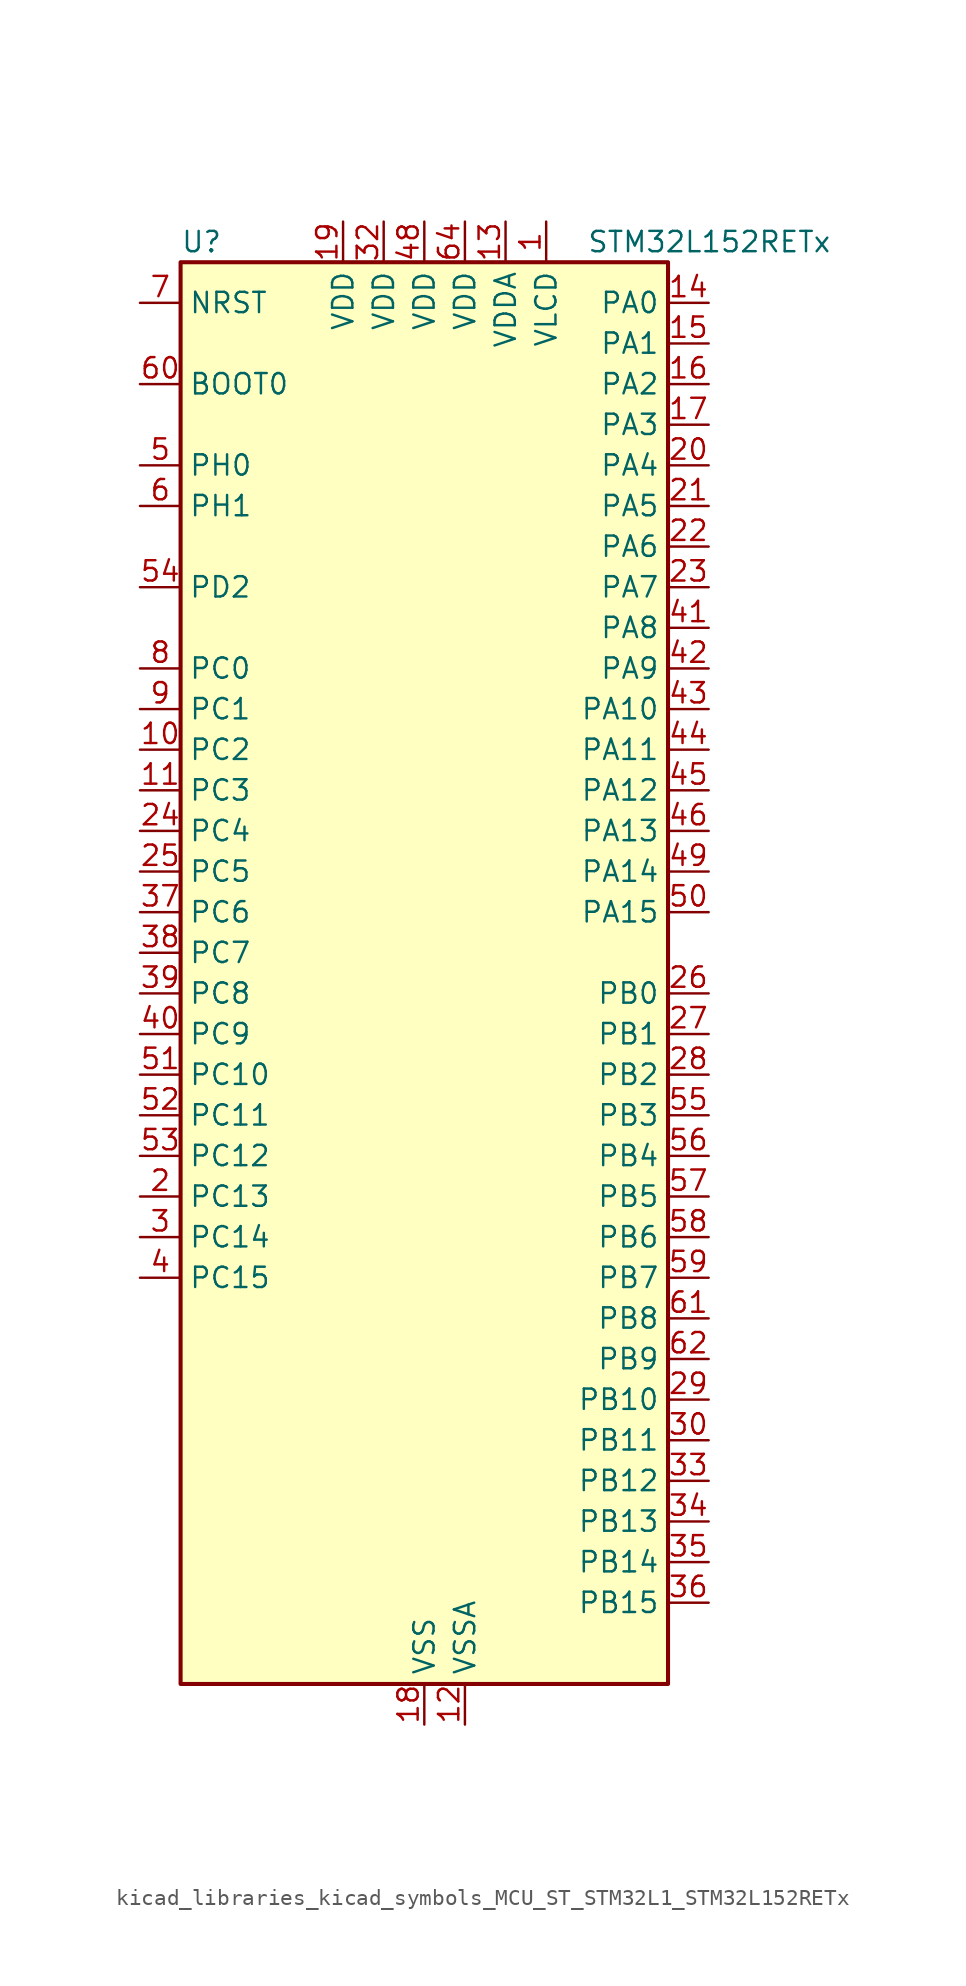
<source format=kicad_sym>
(kicad_symbol_lib
  (version 20220914)
  (generator kicad_symbol_editor)
  (symbol "kicad_libraries_kicad_symbols_MCU_ST_STM32L1_STM32L152RETx"
    (property "Reference" "U"
      (at -15.24 46.99 0)
      (effects (font (size 1.27 1.27)) (justify left)))
    (property "Value" "STM32L152RETx"
      (at 10.16 46.99 0)
      (effects (font (size 1.27 1.27)) (justify left)))
    (property "ki_locked" ""
      (at 0 0 0)
      (effects (font (size 1.27 1.27))))
    (symbol "kicad_libraries_kicad_symbols_MCU_ST_STM32L1_STM32L152RETx_0_1"
      (rectangle (start -15.24 -43.18) (end 15.24 45.72) (stroke (width 0.254) (type default)) (fill (type background))))
    (symbol "kicad_libraries_kicad_symbols_MCU_ST_STM32L1_STM32L152RETx_1_1"
      (pin power_in line (at 7.62 48.26 270) (length 2.54) (name "VLCD" (effects (font (size 1.27 1.27)))) (number "1" (effects (font (size 1.27 1.27)))))
      (pin bidirectional line (at -17.78 15.24 0) (length 2.54) (name "PC2" (effects (font (size 1.27 1.27)))) (number "10" (effects (font (size 1.27 1.27)))) (alternate "ADC_IN12" bidirectional line) (alternate "COMP1_INP" bidirectional line) (alternate "LCD_SEG20" bidirectional line) (alternate "TIMX_IC3" bidirectional line) (alternate "TS_G8_IO3" bidirectional line))
      (pin bidirectional line (at -17.78 12.7 0) (length 2.54) (name "PC3" (effects (font (size 1.27 1.27)))) (number "11" (effects (font (size 1.27 1.27)))) (alternate "ADC_IN13" bidirectional line) (alternate "COMP1_INP" bidirectional line) (alternate "LCD_SEG21" bidirectional line) (alternate "TIMX_IC4" bidirectional line) (alternate "TS_G8_IO4" bidirectional line))
      (pin power_in line (at 2.54 -45.72 90) (length 2.54) (name "VSSA" (effects (font (size 1.27 1.27)))) (number "12" (effects (font (size 1.27 1.27)))))
      (pin power_in line (at 5.08 48.26 270) (length 2.54) (name "VDDA" (effects (font (size 1.27 1.27)))) (number "13" (effects (font (size 1.27 1.27)))))
      (pin bidirectional line (at 17.78 43.18 180) (length 2.54) (name "PA0" (effects (font (size 1.27 1.27)))) (number "14" (effects (font (size 1.27 1.27)))) (alternate "ADC_IN0" bidirectional line) (alternate "COMP1_INP" bidirectional line) (alternate "RTC_TAMP2" bidirectional line) (alternate "SYS_WKUP1" bidirectional line) (alternate "TIM2_CH1" bidirectional line) (alternate "TIM2_ETR" bidirectional line) (alternate "TIM5_CH1" bidirectional line) (alternate "TIMX_IC1" bidirectional line) (alternate "TS_G1_IO1" bidirectional line) (alternate "USART2_CTS" bidirectional line))
      (pin bidirectional line (at 17.78 40.64 180) (length 2.54) (name "PA1" (effects (font (size 1.27 1.27)))) (number "15" (effects (font (size 1.27 1.27)))) (alternate "ADC_IN1" bidirectional line) (alternate "COMP1_INP" bidirectional line) (alternate "LCD_SEG0" bidirectional line) (alternate "OPAMP1_VINP" bidirectional line) (alternate "TIM2_CH2" bidirectional line) (alternate "TIM5_CH2" bidirectional line) (alternate "TIMX_IC2" bidirectional line) (alternate "TS_G1_IO2" bidirectional line) (alternate "USART2_RTS" bidirectional line))
      (pin bidirectional line (at 17.78 38.1 180) (length 2.54) (name "PA2" (effects (font (size 1.27 1.27)))) (number "16" (effects (font (size 1.27 1.27)))) (alternate "ADC_IN2" bidirectional line) (alternate "COMP1_INP" bidirectional line) (alternate "LCD_SEG1" bidirectional line) (alternate "OPAMP1_VINM" bidirectional line) (alternate "TIM2_CH3" bidirectional line) (alternate "TIM5_CH3" bidirectional line) (alternate "TIM9_CH1" bidirectional line) (alternate "TIMX_IC3" bidirectional line) (alternate "TS_G1_IO3" bidirectional line) (alternate "USART2_TX" bidirectional line))
      (pin bidirectional line (at 17.78 35.56 180) (length 2.54) (name "PA3" (effects (font (size 1.27 1.27)))) (number "17" (effects (font (size 1.27 1.27)))) (alternate "ADC_IN3" bidirectional line) (alternate "COMP1_INP" bidirectional line) (alternate "LCD_SEG2" bidirectional line) (alternate "OPAMP1_VOUT" bidirectional line) (alternate "TIM2_CH4" bidirectional line) (alternate "TIM5_CH4" bidirectional line) (alternate "TIM9_CH2" bidirectional line) (alternate "TIMX_IC4" bidirectional line) (alternate "TS_G1_IO4" bidirectional line) (alternate "USART2_RX" bidirectional line))
      (pin power_in line (at 0 -45.72 90) (length 2.54) (name "VSS" (effects (font (size 1.27 1.27)))) (number "18" (effects (font (size 1.27 1.27)))))
      (pin power_in line (at -5.08 48.26 270) (length 2.54) (name "VDD" (effects (font (size 1.27 1.27)))) (number "19" (effects (font (size 1.27 1.27)))))
      (pin bidirectional line (at -17.78 -12.7 0) (length 2.54) (name "PC13" (effects (font (size 1.27 1.27)))) (number "2" (effects (font (size 1.27 1.27)))) (alternate "RTC_OUT_ALARM" bidirectional line) (alternate "RTC_OUT_CALIB" bidirectional line) (alternate "RTC_TAMP1" bidirectional line) (alternate "RTC_TS" bidirectional line) (alternate "SYS_WKUP2" bidirectional line) (alternate "TIMX_IC2" bidirectional line))
      (pin bidirectional line (at 17.78 33.02 180) (length 2.54) (name "PA4" (effects (font (size 1.27 1.27)))) (number "20" (effects (font (size 1.27 1.27)))) (alternate "ADC_IN4" bidirectional line) (alternate "COMP1_INP" bidirectional line) (alternate "DAC_OUT1" bidirectional line) (alternate "I2S3_WS" bidirectional line) (alternate "SPI1_NSS" bidirectional line) (alternate "SPI3_NSS" bidirectional line) (alternate "TIMX_IC1" bidirectional line) (alternate "USART2_CK" bidirectional line))
      (pin bidirectional line (at 17.78 30.48 180) (length 2.54) (name "PA5" (effects (font (size 1.27 1.27)))) (number "21" (effects (font (size 1.27 1.27)))) (alternate "ADC_IN5" bidirectional line) (alternate "COMP1_INP" bidirectional line) (alternate "DAC_OUT2" bidirectional line) (alternate "SPI1_SCK" bidirectional line) (alternate "TIM2_CH1" bidirectional line) (alternate "TIM2_ETR" bidirectional line) (alternate "TIMX_IC2" bidirectional line))
      (pin bidirectional line (at 17.78 27.94 180) (length 2.54) (name "PA6" (effects (font (size 1.27 1.27)))) (number "22" (effects (font (size 1.27 1.27)))) (alternate "ADC_IN6" bidirectional line) (alternate "COMP1_INP" bidirectional line) (alternate "LCD_SEG3" bidirectional line) (alternate "OPAMP2_VINP" bidirectional line) (alternate "SPI1_MISO" bidirectional line) (alternate "TIM10_CH1" bidirectional line) (alternate "TIM3_CH1" bidirectional line) (alternate "TIMX_IC3" bidirectional line) (alternate "TS_G2_IO1" bidirectional line))
      (pin bidirectional line (at 17.78 25.4 180) (length 2.54) (name "PA7" (effects (font (size 1.27 1.27)))) (number "23" (effects (font (size 1.27 1.27)))) (alternate "ADC_IN7" bidirectional line) (alternate "COMP1_INP" bidirectional line) (alternate "LCD_SEG4" bidirectional line) (alternate "OPAMP2_VINM" bidirectional line) (alternate "SPI1_MOSI" bidirectional line) (alternate "TIM11_CH1" bidirectional line) (alternate "TIM3_CH2" bidirectional line) (alternate "TIMX_IC4" bidirectional line) (alternate "TS_G2_IO2" bidirectional line))
      (pin bidirectional line (at -17.78 10.16 0) (length 2.54) (name "PC4" (effects (font (size 1.27 1.27)))) (number "24" (effects (font (size 1.27 1.27)))) (alternate "ADC_IN14" bidirectional line) (alternate "COMP1_INP" bidirectional line) (alternate "LCD_SEG22" bidirectional line) (alternate "TIMX_IC1" bidirectional line) (alternate "TS_G9_IO1" bidirectional line))
      (pin bidirectional line (at -17.78 7.62 0) (length 2.54) (name "PC5" (effects (font (size 1.27 1.27)))) (number "25" (effects (font (size 1.27 1.27)))) (alternate "ADC_IN15" bidirectional line) (alternate "COMP1_INP" bidirectional line) (alternate "LCD_SEG23" bidirectional line) (alternate "TIMX_IC2" bidirectional line) (alternate "TS_G9_IO2" bidirectional line))
      (pin bidirectional line (at 17.78 0 180) (length 2.54) (name "PB0" (effects (font (size 1.27 1.27)))) (number "26" (effects (font (size 1.27 1.27)))) (alternate "ADC_IN8" bidirectional line) (alternate "COMP1_INP" bidirectional line) (alternate "LCD_SEG5" bidirectional line) (alternate "OPAMP2_VOUT" bidirectional line) (alternate "SYS_V_REF_OUT" bidirectional line) (alternate "TIM3_CH3" bidirectional line) (alternate "TS_G3_IO1" bidirectional line))
      (pin bidirectional line (at 17.78 -2.54 180) (length 2.54) (name "PB1" (effects (font (size 1.27 1.27)))) (number "27" (effects (font (size 1.27 1.27)))) (alternate "ADC_IN9" bidirectional line) (alternate "COMP1_INP" bidirectional line) (alternate "LCD_SEG6" bidirectional line) (alternate "SYS_V_REF_OUT" bidirectional line) (alternate "TIM3_CH4" bidirectional line) (alternate "TS_G3_IO2" bidirectional line))
      (pin bidirectional line (at 17.78 -5.08 180) (length 2.54) (name "PB2" (effects (font (size 1.27 1.27)))) (number "28" (effects (font (size 1.27 1.27)))) (alternate "ADC_IN0b" bidirectional line) (alternate "TS_G3_IO3" bidirectional line))
      (pin bidirectional line (at 17.78 -25.4 180) (length 2.54) (name "PB10" (effects (font (size 1.27 1.27)))) (number "29" (effects (font (size 1.27 1.27)))) (alternate "I2C2_SCL" bidirectional line) (alternate "LCD_SEG10" bidirectional line) (alternate "TIM2_CH3" bidirectional line) (alternate "USART3_TX" bidirectional line))
      (pin bidirectional line (at -17.78 -15.24 0) (length 2.54) (name "PC14" (effects (font (size 1.27 1.27)))) (number "3" (effects (font (size 1.27 1.27)))) (alternate "RCC_OSC32_IN" bidirectional line) (alternate "TIMX_IC3" bidirectional line))
      (pin bidirectional line (at 17.78 -27.94 180) (length 2.54) (name "PB11" (effects (font (size 1.27 1.27)))) (number "30" (effects (font (size 1.27 1.27)))) (alternate "ADC_EXTI11" bidirectional line) (alternate "I2C2_SDA" bidirectional line) (alternate "LCD_SEG11" bidirectional line) (alternate "TIM2_CH4" bidirectional line) (alternate "USART3_RX" bidirectional line))
      (pin passive line (at 0 -45.72 90) (length 2.54) hide (name "VSS" (effects (font (size 1.27 1.27)))) (number "31" (effects (font (size 1.27 1.27)))))
      (pin power_in line (at -2.54 48.26 270) (length 2.54) (name "VDD" (effects (font (size 1.27 1.27)))) (number "32" (effects (font (size 1.27 1.27)))))
      (pin bidirectional line (at 17.78 -30.48 180) (length 2.54) (name "PB12" (effects (font (size 1.27 1.27)))) (number "33" (effects (font (size 1.27 1.27)))) (alternate "ADC_IN18" bidirectional line) (alternate "COMP1_INP" bidirectional line) (alternate "I2C2_SMBA" bidirectional line) (alternate "I2S2_WS" bidirectional line) (alternate "LCD_SEG12" bidirectional line) (alternate "SPI2_NSS" bidirectional line) (alternate "TIM10_CH1" bidirectional line) (alternate "TS_G7_IO1" bidirectional line) (alternate "USART3_CK" bidirectional line))
      (pin bidirectional line (at 17.78 -33.02 180) (length 2.54) (name "PB13" (effects (font (size 1.27 1.27)))) (number "34" (effects (font (size 1.27 1.27)))) (alternate "ADC_IN19" bidirectional line) (alternate "COMP1_INP" bidirectional line) (alternate "I2S2_CK" bidirectional line) (alternate "LCD_SEG13" bidirectional line) (alternate "SPI2_SCK" bidirectional line) (alternate "TIM9_CH1" bidirectional line) (alternate "TS_G7_IO2" bidirectional line) (alternate "USART3_CTS" bidirectional line))
      (pin bidirectional line (at 17.78 -35.56 180) (length 2.54) (name "PB14" (effects (font (size 1.27 1.27)))) (number "35" (effects (font (size 1.27 1.27)))) (alternate "ADC_IN20" bidirectional line) (alternate "COMP1_INP" bidirectional line) (alternate "LCD_SEG14" bidirectional line) (alternate "SPI2_MISO" bidirectional line) (alternate "TIM9_CH2" bidirectional line) (alternate "TS_G7_IO3" bidirectional line) (alternate "USART3_RTS" bidirectional line))
      (pin bidirectional line (at 17.78 -38.1 180) (length 2.54) (name "PB15" (effects (font (size 1.27 1.27)))) (number "36" (effects (font (size 1.27 1.27)))) (alternate "ADC_EXTI15" bidirectional line) (alternate "ADC_IN21" bidirectional line) (alternate "COMP1_INP" bidirectional line) (alternate "I2S2_SD" bidirectional line) (alternate "LCD_SEG15" bidirectional line) (alternate "RTC_REFIN" bidirectional line) (alternate "SPI2_MOSI" bidirectional line) (alternate "TIM11_CH1" bidirectional line) (alternate "TS_G7_IO4" bidirectional line))
      (pin bidirectional line (at -17.78 5.08 0) (length 2.54) (name "PC6" (effects (font (size 1.27 1.27)))) (number "37" (effects (font (size 1.27 1.27)))) (alternate "I2S2_MCK" bidirectional line) (alternate "LCD_SEG24" bidirectional line) (alternate "TIM3_CH1" bidirectional line) (alternate "TIMX_IC3" bidirectional line) (alternate "TS_G10_IO1" bidirectional line))
      (pin bidirectional line (at -17.78 2.54 0) (length 2.54) (name "PC7" (effects (font (size 1.27 1.27)))) (number "38" (effects (font (size 1.27 1.27)))) (alternate "I2S3_MCK" bidirectional line) (alternate "LCD_SEG25" bidirectional line) (alternate "TIM3_CH2" bidirectional line) (alternate "TIMX_IC4" bidirectional line) (alternate "TS_G10_IO2" bidirectional line))
      (pin bidirectional line (at -17.78 0 0) (length 2.54) (name "PC8" (effects (font (size 1.27 1.27)))) (number "39" (effects (font (size 1.27 1.27)))) (alternate "LCD_SEG26" bidirectional line) (alternate "TIM3_CH3" bidirectional line) (alternate "TIMX_IC1" bidirectional line) (alternate "TS_G10_IO3" bidirectional line))
      (pin bidirectional line (at -17.78 -17.78 0) (length 2.54) (name "PC15" (effects (font (size 1.27 1.27)))) (number "4" (effects (font (size 1.27 1.27)))) (alternate "ADC_EXTI15" bidirectional line) (alternate "RCC_OSC32_OUT" bidirectional line) (alternate "TIMX_IC4" bidirectional line))
      (pin bidirectional line (at -17.78 -2.54 0) (length 2.54) (name "PC9" (effects (font (size 1.27 1.27)))) (number "40" (effects (font (size 1.27 1.27)))) (alternate "DAC_EXTI9" bidirectional line) (alternate "LCD_SEG27" bidirectional line) (alternate "TIM3_CH4" bidirectional line) (alternate "TIMX_IC2" bidirectional line) (alternate "TS_G10_IO4" bidirectional line))
      (pin bidirectional line (at 17.78 22.86 180) (length 2.54) (name "PA8" (effects (font (size 1.27 1.27)))) (number "41" (effects (font (size 1.27 1.27)))) (alternate "LCD_COM0" bidirectional line) (alternate "RCC_MCO" bidirectional line) (alternate "TIMX_IC1" bidirectional line) (alternate "TS_G4_IO1" bidirectional line) (alternate "USART1_CK" bidirectional line))
      (pin bidirectional line (at 17.78 20.32 180) (length 2.54) (name "PA9" (effects (font (size 1.27 1.27)))) (number "42" (effects (font (size 1.27 1.27)))) (alternate "DAC_EXTI9" bidirectional line) (alternate "LCD_COM1" bidirectional line) (alternate "TIMX_IC2" bidirectional line) (alternate "TS_G4_IO2" bidirectional line) (alternate "USART1_TX" bidirectional line))
      (pin bidirectional line (at 17.78 17.78 180) (length 2.54) (name "PA10" (effects (font (size 1.27 1.27)))) (number "43" (effects (font (size 1.27 1.27)))) (alternate "LCD_COM2" bidirectional line) (alternate "TIMX_IC3" bidirectional line) (alternate "TS_G4_IO3" bidirectional line) (alternate "USART1_RX" bidirectional line))
      (pin bidirectional line (at 17.78 15.24 180) (length 2.54) (name "PA11" (effects (font (size 1.27 1.27)))) (number "44" (effects (font (size 1.27 1.27)))) (alternate "ADC_EXTI11" bidirectional line) (alternate "SPI1_MISO" bidirectional line) (alternate "TIMX_IC4" bidirectional line) (alternate "USART1_CTS" bidirectional line) (alternate "USB_DM" bidirectional line))
      (pin bidirectional line (at 17.78 12.7 180) (length 2.54) (name "PA12" (effects (font (size 1.27 1.27)))) (number "45" (effects (font (size 1.27 1.27)))) (alternate "SPI1_MOSI" bidirectional line) (alternate "TIMX_IC1" bidirectional line) (alternate "USART1_RTS" bidirectional line) (alternate "USB_DP" bidirectional line))
      (pin bidirectional line (at 17.78 10.16 180) (length 2.54) (name "PA13" (effects (font (size 1.27 1.27)))) (number "46" (effects (font (size 1.27 1.27)))) (alternate "SYS_JTMS-SWDIO" bidirectional line) (alternate "TIMX_IC2" bidirectional line) (alternate "TS_G5_IO1" bidirectional line))
      (pin passive line (at 0 -45.72 90) (length 2.54) hide (name "VSS" (effects (font (size 1.27 1.27)))) (number "47" (effects (font (size 1.27 1.27)))))
      (pin power_in line (at 0 48.26 270) (length 2.54) (name "VDD" (effects (font (size 1.27 1.27)))) (number "48" (effects (font (size 1.27 1.27)))))
      (pin bidirectional line (at 17.78 7.62 180) (length 2.54) (name "PA14" (effects (font (size 1.27 1.27)))) (number "49" (effects (font (size 1.27 1.27)))) (alternate "SYS_JTCK-SWCLK" bidirectional line) (alternate "TIMX_IC3" bidirectional line) (alternate "TS_G5_IO2" bidirectional line))
      (pin bidirectional line (at -17.78 33.02 0) (length 2.54) (name "PH0" (effects (font (size 1.27 1.27)))) (number "5" (effects (font (size 1.27 1.27)))) (alternate "RCC_OSC_IN" bidirectional line))
      (pin bidirectional line (at 17.78 5.08 180) (length 2.54) (name "PA15" (effects (font (size 1.27 1.27)))) (number "50" (effects (font (size 1.27 1.27)))) (alternate "ADC_EXTI15" bidirectional line) (alternate "I2S3_WS" bidirectional line) (alternate "LCD_SEG17" bidirectional line) (alternate "SPI1_NSS" bidirectional line) (alternate "SPI3_NSS" bidirectional line) (alternate "SYS_JTDI" bidirectional line) (alternate "TIM2_CH1" bidirectional line) (alternate "TIM2_ETR" bidirectional line) (alternate "TIMX_IC4" bidirectional line) (alternate "TS_G5_IO3" bidirectional line))
      (pin bidirectional line (at -17.78 -5.08 0) (length 2.54) (name "PC10" (effects (font (size 1.27 1.27)))) (number "51" (effects (font (size 1.27 1.27)))) (alternate "I2S3_CK" bidirectional line) (alternate "LCD_COM4" bidirectional line) (alternate "LCD_SEG28" bidirectional line) (alternate "LCD_SEG40" bidirectional line) (alternate "SPI3_SCK" bidirectional line) (alternate "TIMX_IC3" bidirectional line) (alternate "UART4_TX" bidirectional line) (alternate "USART3_TX" bidirectional line))
      (pin bidirectional line (at -17.78 -7.62 0) (length 2.54) (name "PC11" (effects (font (size 1.27 1.27)))) (number "52" (effects (font (size 1.27 1.27)))) (alternate "ADC_EXTI11" bidirectional line) (alternate "LCD_COM5" bidirectional line) (alternate "LCD_SEG29" bidirectional line) (alternate "LCD_SEG41" bidirectional line) (alternate "SPI3_MISO" bidirectional line) (alternate "TIMX_IC4" bidirectional line) (alternate "UART4_RX" bidirectional line) (alternate "USART3_RX" bidirectional line))
      (pin bidirectional line (at -17.78 -10.16 0) (length 2.54) (name "PC12" (effects (font (size 1.27 1.27)))) (number "53" (effects (font (size 1.27 1.27)))) (alternate "I2S3_SD" bidirectional line) (alternate "LCD_COM6" bidirectional line) (alternate "LCD_SEG30" bidirectional line) (alternate "LCD_SEG42" bidirectional line) (alternate "SPI3_MOSI" bidirectional line) (alternate "TIMX_IC1" bidirectional line) (alternate "UART5_TX" bidirectional line) (alternate "USART3_CK" bidirectional line))
      (pin bidirectional line (at -17.78 25.4 0) (length 2.54) (name "PD2" (effects (font (size 1.27 1.27)))) (number "54" (effects (font (size 1.27 1.27)))) (alternate "LCD_COM7" bidirectional line) (alternate "LCD_SEG31" bidirectional line) (alternate "LCD_SEG43" bidirectional line) (alternate "TIM3_ETR" bidirectional line) (alternate "TIMX_IC3" bidirectional line) (alternate "UART5_RX" bidirectional line))
      (pin bidirectional line (at 17.78 -7.62 180) (length 2.54) (name "PB3" (effects (font (size 1.27 1.27)))) (number "55" (effects (font (size 1.27 1.27)))) (alternate "COMP2_INM" bidirectional line) (alternate "I2S3_CK" bidirectional line) (alternate "LCD_SEG7" bidirectional line) (alternate "SPI1_SCK" bidirectional line) (alternate "SPI3_SCK" bidirectional line) (alternate "SYS_JTDO-TRACESWO" bidirectional line) (alternate "TIM2_CH2" bidirectional line))
      (pin bidirectional line (at 17.78 -10.16 180) (length 2.54) (name "PB4" (effects (font (size 1.27 1.27)))) (number "56" (effects (font (size 1.27 1.27)))) (alternate "COMP2_INP" bidirectional line) (alternate "LCD_SEG8" bidirectional line) (alternate "SPI1_MISO" bidirectional line) (alternate "SPI3_MISO" bidirectional line) (alternate "SYS_JTRST" bidirectional line) (alternate "TIM3_CH1" bidirectional line) (alternate "TS_G6_IO1" bidirectional line))
      (pin bidirectional line (at 17.78 -12.7 180) (length 2.54) (name "PB5" (effects (font (size 1.27 1.27)))) (number "57" (effects (font (size 1.27 1.27)))) (alternate "COMP2_INP" bidirectional line) (alternate "I2C1_SMBA" bidirectional line) (alternate "I2S3_SD" bidirectional line) (alternate "LCD_SEG9" bidirectional line) (alternate "SPI1_MOSI" bidirectional line) (alternate "SPI3_MOSI" bidirectional line) (alternate "TIM3_CH2" bidirectional line) (alternate "TS_G6_IO2" bidirectional line))
      (pin bidirectional line (at 17.78 -15.24 180) (length 2.54) (name "PB6" (effects (font (size 1.27 1.27)))) (number "58" (effects (font (size 1.27 1.27)))) (alternate "COMP2_INP" bidirectional line) (alternate "I2C1_SCL" bidirectional line) (alternate "TIM4_CH1" bidirectional line) (alternate "TS_G6_IO3" bidirectional line) (alternate "USART1_TX" bidirectional line))
      (pin bidirectional line (at 17.78 -17.78 180) (length 2.54) (name "PB7" (effects (font (size 1.27 1.27)))) (number "59" (effects (font (size 1.27 1.27)))) (alternate "COMP2_INP" bidirectional line) (alternate "I2C1_SDA" bidirectional line) (alternate "SYS_PVD_IN" bidirectional line) (alternate "TIM4_CH2" bidirectional line) (alternate "TS_G6_IO4" bidirectional line) (alternate "USART1_RX" bidirectional line))
      (pin bidirectional line (at -17.78 30.48 0) (length 2.54) (name "PH1" (effects (font (size 1.27 1.27)))) (number "6" (effects (font (size 1.27 1.27)))) (alternate "RCC_OSC_OUT" bidirectional line))
      (pin input line (at -17.78 38.1 0) (length 2.54) (name "BOOT0" (effects (font (size 1.27 1.27)))) (number "60" (effects (font (size 1.27 1.27)))))
      (pin bidirectional line (at 17.78 -20.32 180) (length 2.54) (name "PB8" (effects (font (size 1.27 1.27)))) (number "61" (effects (font (size 1.27 1.27)))) (alternate "I2C1_SCL" bidirectional line) (alternate "LCD_SEG16" bidirectional line) (alternate "TIM10_CH1" bidirectional line) (alternate "TIM4_CH3" bidirectional line))
      (pin bidirectional line (at 17.78 -22.86 180) (length 2.54) (name "PB9" (effects (font (size 1.27 1.27)))) (number "62" (effects (font (size 1.27 1.27)))) (alternate "DAC_EXTI9" bidirectional line) (alternate "I2C1_SDA" bidirectional line) (alternate "LCD_COM3" bidirectional line) (alternate "TIM11_CH1" bidirectional line) (alternate "TIM4_CH4" bidirectional line))
      (pin passive line (at 0 -45.72 90) (length 2.54) hide (name "VSS" (effects (font (size 1.27 1.27)))) (number "63" (effects (font (size 1.27 1.27)))))
      (pin power_in line (at 2.54 48.26 270) (length 2.54) (name "VDD" (effects (font (size 1.27 1.27)))) (number "64" (effects (font (size 1.27 1.27)))))
      (pin input line (at -17.78 43.18 0) (length 2.54) (name "NRST" (effects (font (size 1.27 1.27)))) (number "7" (effects (font (size 1.27 1.27)))))
      (pin bidirectional line (at -17.78 20.32 0) (length 2.54) (name "PC0" (effects (font (size 1.27 1.27)))) (number "8" (effects (font (size 1.27 1.27)))) (alternate "ADC_IN10" bidirectional line) (alternate "COMP1_INP" bidirectional line) (alternate "LCD_SEG18" bidirectional line) (alternate "TIMX_IC1" bidirectional line) (alternate "TS_G8_IO1" bidirectional line))
      (pin bidirectional line (at -17.78 17.78 0) (length 2.54) (name "PC1" (effects (font (size 1.27 1.27)))) (number "9" (effects (font (size 1.27 1.27)))) (alternate "ADC_IN11" bidirectional line) (alternate "COMP1_INP" bidirectional line) (alternate "LCD_SEG19" bidirectional line) (alternate "TIMX_IC2" bidirectional line) (alternate "TS_G8_IO2" bidirectional line)))))
</source>
